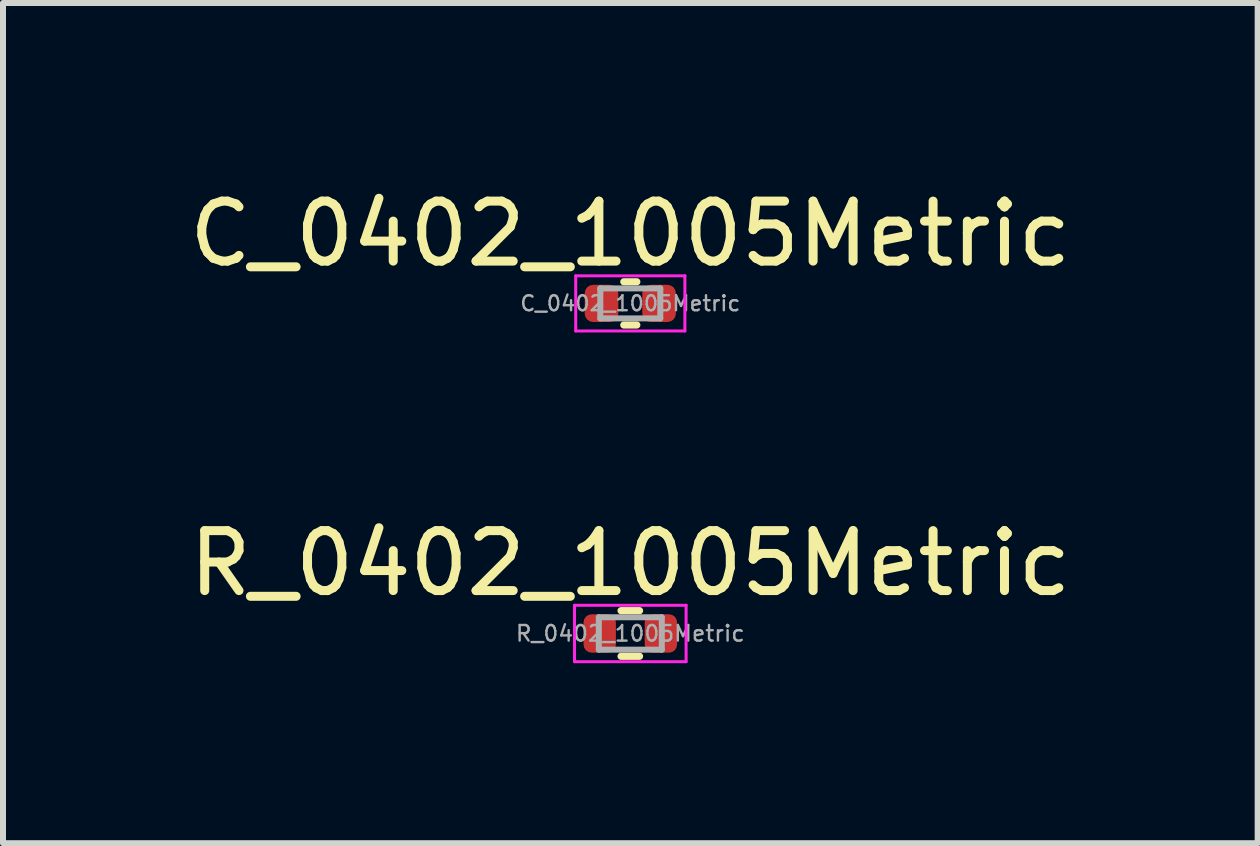
<source format=kicad_pcb>
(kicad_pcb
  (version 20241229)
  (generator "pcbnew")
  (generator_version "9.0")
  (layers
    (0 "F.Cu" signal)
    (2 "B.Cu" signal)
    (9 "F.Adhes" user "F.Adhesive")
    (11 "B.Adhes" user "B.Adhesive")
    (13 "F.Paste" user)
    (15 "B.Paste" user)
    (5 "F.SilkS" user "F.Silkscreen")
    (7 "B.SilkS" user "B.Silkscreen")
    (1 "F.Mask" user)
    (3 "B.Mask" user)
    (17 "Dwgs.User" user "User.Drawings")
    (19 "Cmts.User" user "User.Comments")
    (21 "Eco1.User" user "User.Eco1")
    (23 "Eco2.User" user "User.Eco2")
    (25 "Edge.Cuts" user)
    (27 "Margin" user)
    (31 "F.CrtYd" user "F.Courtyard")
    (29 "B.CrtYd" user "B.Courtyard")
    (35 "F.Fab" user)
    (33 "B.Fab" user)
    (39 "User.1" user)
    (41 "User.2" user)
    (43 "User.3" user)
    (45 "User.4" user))
  (footprint "C_0402_1005Metric"
    (layer "F.Cu")
    (at 7.458 2.008)
    (property "Reference" "C_0402_1005Metric" (at 0 -1.16 0) (layer "F.SilkS") (effects (font (size 1 1) (thickness 0.15))))
    (attr smd)
    (fp_line (start -0.108 -0.36) (end 0.108 -0.36) (stroke (width 0.12) (type solid)) (layer "F.SilkS"))
    (fp_line (start -0.108 0.36) (end 0.108 0.36) (stroke (width 0.12) (type solid)) (layer "F.SilkS"))
    (fp_line (start -0.91 -0.46) (end 0.91 -0.46) (stroke (width 0.05) (type solid)) (layer "F.CrtYd"))
    (fp_line (start -0.91 0.46) (end -0.91 -0.46) (stroke (width 0.05) (type solid)) (layer "F.CrtYd"))
    (fp_line (start 0.91 -0.46) (end 0.91 0.46) (stroke (width 0.05) (type solid)) (layer "F.CrtYd"))
    (fp_line (start 0.91 0.46) (end -0.91 0.46) (stroke (width 0.05) (type solid)) (layer "F.CrtYd"))
    (fp_line (start -0.5 -0.25) (end 0.5 -0.25) (stroke (width 0.1) (type solid)) (layer "F.Fab"))
    (fp_line (start -0.5 0.25) (end -0.5 -0.25) (stroke (width 0.1) (type solid)) (layer "F.Fab"))
    (fp_line (start 0.5 -0.25) (end 0.5 0.25) (stroke (width 0.1) (type solid)) (layer "F.Fab"))
    (fp_line (start 0.5 0.25) (end -0.5 0.25) (stroke (width 0.1) (type solid)) (layer "F.Fab"))
    (fp_text user "${REFERENCE}" (at 0 0 0) (layer "F.Fab") (effects (font (size 0.25 0.25) (thickness 0.04))))
    (pad "1" smd roundrect (at -0.48 0) (size 0.56 0.62) (layers "F.Cu" "F.Mask" "F.Paste") (roundrect_rratio 0.25))
    (pad "2" smd roundrect (at 0.48 0) (size 0.56 0.62) (layers "F.Cu" "F.Mask" "F.Paste") (roundrect_rratio 0.25)))
  (footprint "R_0402_1005Metric"
    (layer "F.Cu")
    (at 7.458 7.511)
    (property "Reference" "R_0402_1005Metric" (at 0 -1.17 0) (layer "F.SilkS") (effects (font (size 1 1) (thickness 0.15))))
    (attr smd)
    (fp_line (start -0.154 -0.38) (end 0.154 -0.38) (stroke (width 0.12) (type solid)) (layer "F.SilkS"))
    (fp_line (start -0.154 0.38) (end 0.154 0.38) (stroke (width 0.12) (type solid)) (layer "F.SilkS"))
    (fp_line (start -0.93 -0.47) (end 0.93 -0.47) (stroke (width 0.05) (type solid)) (layer "F.CrtYd"))
    (fp_line (start -0.93 0.47) (end -0.93 -0.47) (stroke (width 0.05) (type solid)) (layer "F.CrtYd"))
    (fp_line (start 0.93 -0.47) (end 0.93 0.47) (stroke (width 0.05) (type solid)) (layer "F.CrtYd"))
    (fp_line (start 0.93 0.47) (end -0.93 0.47) (stroke (width 0.05) (type solid)) (layer "F.CrtYd"))
    (fp_line (start -0.525 -0.27) (end 0.525 -0.27) (stroke (width 0.1) (type solid)) (layer "F.Fab"))
    (fp_line (start -0.525 0.27) (end -0.525 -0.27) (stroke (width 0.1) (type solid)) (layer "F.Fab"))
    (fp_line (start 0.525 -0.27) (end 0.525 0.27) (stroke (width 0.1) (type solid)) (layer "F.Fab"))
    (fp_line (start 0.525 0.27) (end -0.525 0.27) (stroke (width 0.1) (type solid)) (layer "F.Fab"))
    (fp_text user "${REFERENCE}" (at 0 0 0) (layer "F.Fab") (effects (font (size 0.26 0.26) (thickness 0.04))))
    (pad "1" smd roundrect (at -0.51 0) (size 0.54 0.64) (layers "F.Cu" "F.Mask" "F.Paste") (roundrect_rratio 0.25))
    (pad "2" smd roundrect (at 0.51 0) (size 0.54 0.64) (layers "F.Cu" "F.Mask" "F.Paste") (roundrect_rratio 0.25)))
  (gr_rect
    (start -3 -3)
    (end 17.917 11.007)
    (stroke (width 0.1) (type default))
    (fill no)
    (layer "Edge.Cuts")))
</source>
